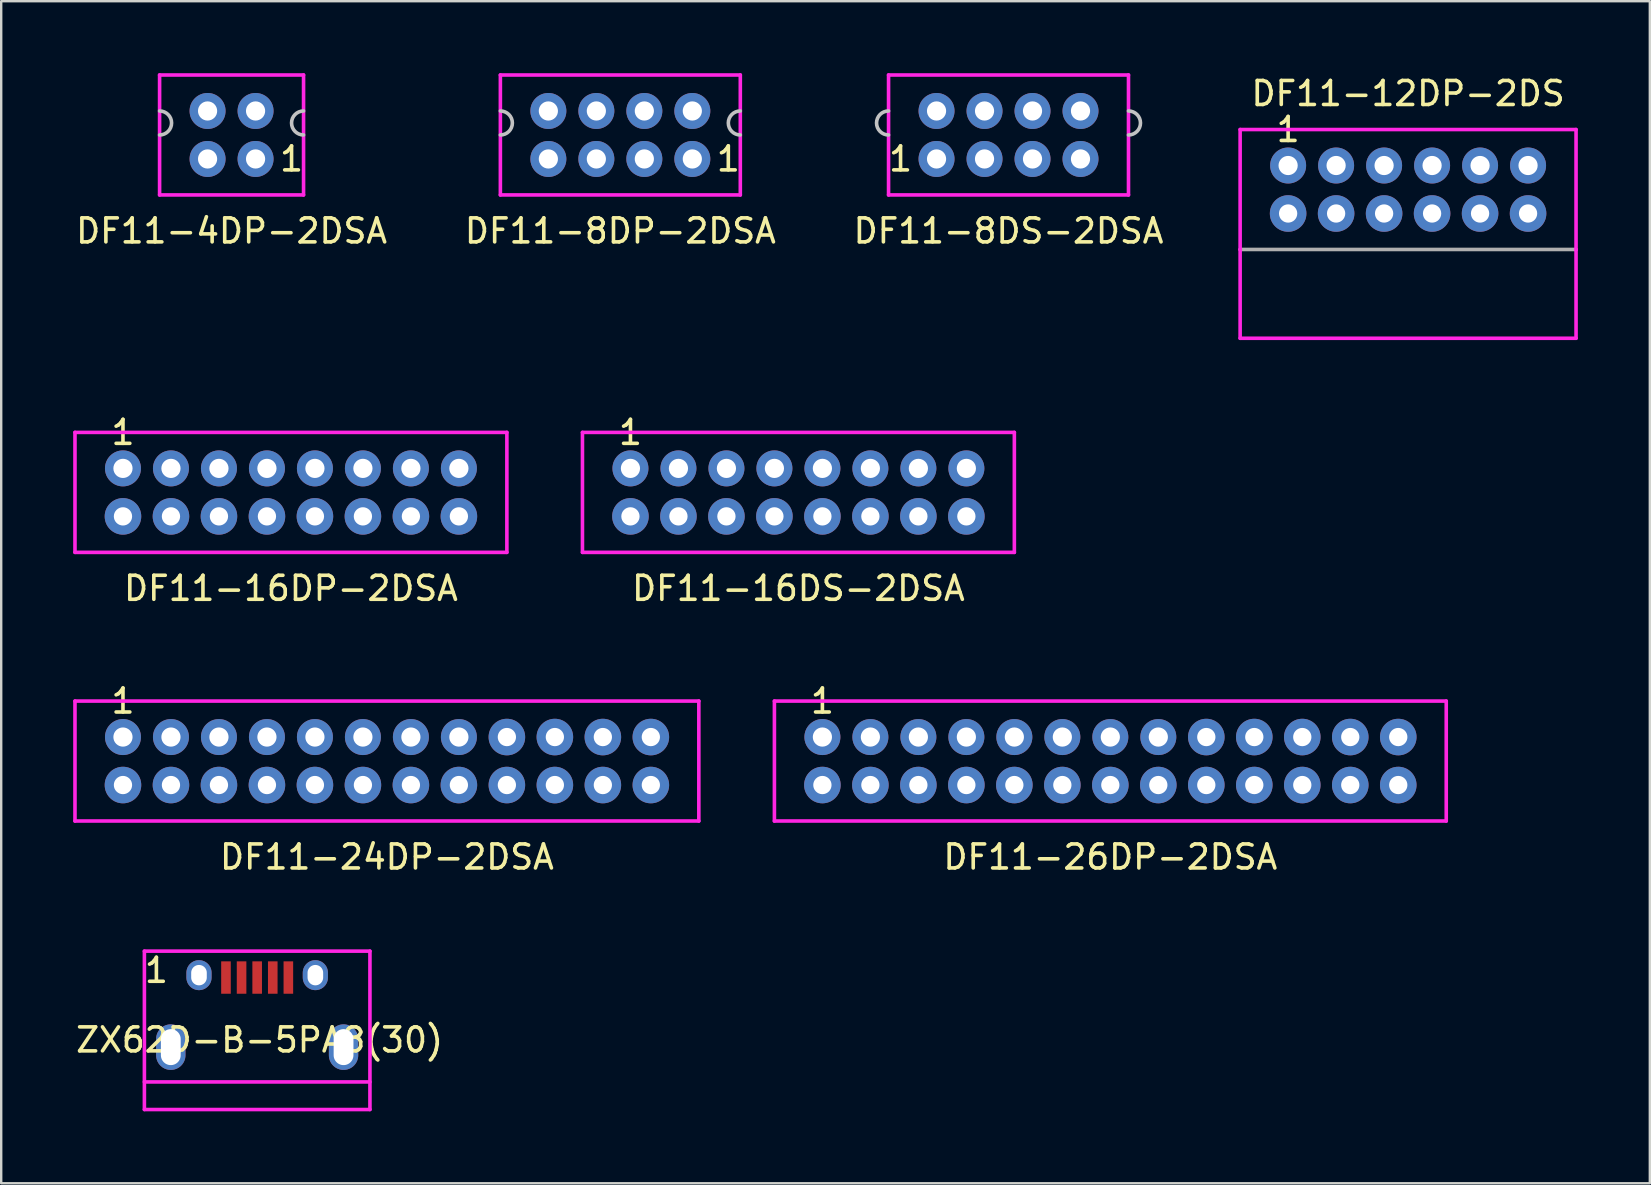
<source format=kicad_pcb>
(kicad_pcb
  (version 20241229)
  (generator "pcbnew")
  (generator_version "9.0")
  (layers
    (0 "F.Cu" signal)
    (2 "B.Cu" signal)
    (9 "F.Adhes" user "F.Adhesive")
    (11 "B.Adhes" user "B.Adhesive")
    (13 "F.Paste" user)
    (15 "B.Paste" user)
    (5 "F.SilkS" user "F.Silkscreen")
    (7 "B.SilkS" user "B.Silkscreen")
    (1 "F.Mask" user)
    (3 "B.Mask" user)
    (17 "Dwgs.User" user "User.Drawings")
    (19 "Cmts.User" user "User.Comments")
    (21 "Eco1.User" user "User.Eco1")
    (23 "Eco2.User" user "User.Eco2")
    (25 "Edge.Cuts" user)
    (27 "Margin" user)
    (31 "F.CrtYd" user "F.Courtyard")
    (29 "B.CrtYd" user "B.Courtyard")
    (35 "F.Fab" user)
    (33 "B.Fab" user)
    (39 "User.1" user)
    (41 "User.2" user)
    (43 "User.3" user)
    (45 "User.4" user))
  (footprint "ZX62D-B-5PA8(30)"
    (layer "F.Cu")
    (at 7.668 40.591)
    (property "Reference" "ZX62D-B-5PA8(30)" (at 0.1 -0.3 0) (layer "F.SilkS") (effects (font (size 1 1) (thickness 0.15))))
    (attr through_hole)
    (fp_line (start -4.7 -4) (end -4.7 2.6) (stroke (width 0.15) (type solid)) (layer "F.CrtYd"))
    (fp_line (start -4.7 1.45) (end 4.7 1.45) (stroke (width 0.15) (type solid)) (layer "F.CrtYd"))
    (fp_line (start -4.7 2.6) (end 4.7 2.6) (stroke (width 0.15) (type solid)) (layer "F.CrtYd"))
    (fp_line (start 4.7 -4) (end -4.7 -4) (stroke (width 0.15) (type solid)) (layer "F.CrtYd"))
    (fp_line (start 4.7 2.6) (end 4.7 -4) (stroke (width 0.15) (type solid)) (layer "F.CrtYd"))
    (fp_text user "1" (at -4.2 -3.2 0) (layer "F.SilkS") (effects (font (size 1 1) (thickness 0.15))))
    (pad "1" smd rect (at -1.3 -2.9) (size 0.4 1.35) (layers "F.Cu" "F.Mask" "F.Paste"))
    (pad "2" smd rect (at -0.65 -2.9) (size 0.4 1.35) (layers "F.Cu" "F.Mask" "F.Paste"))
    (pad "3" smd rect (at 0 -2.9) (size 0.4 1.35) (layers "F.Cu" "F.Mask" "F.Paste"))
    (pad "4" smd rect (at 0.65 -2.9) (size 0.4 1.35) (layers "F.Cu" "F.Mask" "F.Paste"))
    (pad "5" smd rect (at 1.3 -2.9) (size 0.4 1.35) (layers "F.Cu" "F.Mask" "F.Paste"))
    (pad "GND" thru_hole oval (at -3.6 0) (size 1.224 1.9) (drill oval 0.825 1.5) (layers "*.Cu" "*.Mask"))
    (pad "GND" thru_hole oval (at -2.425 -3) (size 1.05 1.25) (drill oval 0.65 0.85) (layers "*.Cu" "*.Mask"))
    (pad "GND" thru_hole oval (at 2.425 -3) (size 1.05 1.25) (drill oval 0.65 0.85) (layers "*.Cu" "*.Mask"))
    (pad "GND" thru_hole oval (at 3.6 0) (size 1.224 1.9) (drill oval 0.825 1.5) (layers "*.Cu" "*.Mask")))
  (footprint "DF11-4DP-2DSA"
    (layer "F.Cu")
    (at 6.601 2.575)
    (property "Reference" "DF11-4DP-2DSA" (at 0 4 0) (layer "F.SilkS") (effects (font (size 1 1) (thickness 0.15))))
    (attr through_hole)
    (fp_arc (start -3 -1) (mid -2.5 -0.5) (end -3 0) (stroke (width 0.15) (type solid)) (layer "Dwgs.User"))
    (fp_arc (start 3 0) (mid 2.5 -0.5) (end 3 -1) (stroke (width 0.15) (type solid)) (layer "Dwgs.User"))
    (fp_line (start -3 -2.5) (end -3 2.5) (stroke (width 0.15) (type solid)) (layer "F.CrtYd"))
    (fp_line (start -3 -2.5) (end 3 -2.5) (stroke (width 0.15) (type solid)) (layer "F.CrtYd"))
    (fp_line (start 3 -2.5) (end 3 2.5) (stroke (width 0.15) (type solid)) (layer "F.CrtYd"))
    (fp_line (start 3 2.5) (end -3 2.5) (stroke (width 0.15) (type solid)) (layer "F.CrtYd"))
    (fp_text user "1" (at 2.5 1 0) (layer "F.SilkS") (effects (font (size 1 1) (thickness 0.15))))
    (pad "1" thru_hole circle (at 1 1) (size 1.5 1.5) (drill 0.8) (layers "*.Cu" "*.Mask"))
    (pad "2" thru_hole circle (at 1 -1) (size 1.5 1.5) (drill 0.8) (layers "*.Cu" "*.Mask"))
    (pad "3" thru_hole circle (at -1 1) (size 1.5 1.5) (drill 0.8) (layers "*.Cu" "*.Mask"))
    (pad "4" thru_hole circle (at -1 -1) (size 1.5 1.5) (drill 0.8) (layers "*.Cu" "*.Mask")))
  (footprint "DF11-26DP-2DSA"
    (layer "F.Cu")
    (at 43.225 28.668)
    (property "Reference" "DF11-26DP-2DSA" (at 0 4 0) (layer "F.SilkS") (effects (font (size 1 1) (thickness 0.15))))
    (attr through_hole)
    (fp_line (start -14 -2.5) (end -14 2.5) (stroke (width 0.15) (type solid)) (layer "F.CrtYd"))
    (fp_line (start -14 -2.5) (end 14 -2.5) (stroke (width 0.15) (type solid)) (layer "F.CrtYd"))
    (fp_line (start 14 -2.5) (end 14 2.5) (stroke (width 0.15) (type solid)) (layer "F.CrtYd"))
    (fp_line (start 14 2.5) (end -14 2.5) (stroke (width 0.15) (type solid)) (layer "F.CrtYd"))
    (fp_text user "1" (at -12 -2.5 0) (layer "F.SilkS") (effects (font (size 1 1) (thickness 0.15))))
    (pad "1" thru_hole circle (at -12 -1) (size 1.5 1.5) (drill 0.8) (layers "*.Cu" "*.Mask"))
    (pad "2" thru_hole circle (at -12 1) (size 1.524 1.524) (drill 0.762) (layers "*.Cu" "*.Mask"))
    (pad "3" thru_hole circle (at -10 -1) (size 1.5 1.5) (drill 0.8) (layers "*.Cu" "*.Mask"))
    (pad "4" thru_hole circle (at -10 1) (size 1.524 1.524) (drill 0.762) (layers "*.Cu" "*.Mask"))
    (pad "5" thru_hole circle (at -8 -1) (size 1.5 1.5) (drill 0.8) (layers "*.Cu" "*.Mask"))
    (pad "6" thru_hole circle (at -8 1) (size 1.524 1.524) (drill 0.762) (layers "*.Cu" "*.Mask"))
    (pad "7" thru_hole circle (at -6 -1) (size 1.5 1.5) (drill 0.8) (layers "*.Cu" "*.Mask"))
    (pad "8" thru_hole circle (at -6 1) (size 1.524 1.524) (drill 0.762) (layers "*.Cu" "*.Mask"))
    (pad "9" thru_hole circle (at -4 -1) (size 1.5 1.5) (drill 0.8) (layers "*.Cu" "*.Mask"))
    (pad "10" thru_hole circle (at -4 1) (size 1.524 1.524) (drill 0.762) (layers "*.Cu" "*.Mask"))
    (pad "11" thru_hole circle (at -2 -1) (size 1.5 1.5) (drill 0.8) (layers "*.Cu" "*.Mask"))
    (pad "12" thru_hole circle (at -2 1) (size 1.524 1.524) (drill 0.762) (layers "*.Cu" "*.Mask"))
    (pad "13" thru_hole circle (at 0 -1) (size 1.5 1.5) (drill 0.8) (layers "*.Cu" "*.Mask"))
    (pad "14" thru_hole circle (at 0 1) (size 1.524 1.524) (drill 0.762) (layers "*.Cu" "*.Mask"))
    (pad "15" thru_hole circle (at 2 -1) (size 1.5 1.5) (drill 0.8) (layers "*.Cu" "*.Mask"))
    (pad "16" thru_hole circle (at 2 1) (size 1.524 1.524) (drill 0.762) (layers "*.Cu" "*.Mask"))
    (pad "17" thru_hole circle (at 4 -1) (size 1.524 1.524) (drill 0.762) (layers "*.Cu" "*.Mask"))
    (pad "18" thru_hole circle (at 4 1) (size 1.524 1.524) (drill 0.762) (layers "*.Cu" "*.Mask"))
    (pad "19" thru_hole circle (at 6 -1) (size 1.524 1.524) (drill 0.762) (layers "*.Cu" "*.Mask"))
    (pad "20" thru_hole circle (at 6 1) (size 1.524 1.524) (drill 0.762) (layers "*.Cu" "*.Mask"))
    (pad "21" thru_hole circle (at 8 -1) (size 1.524 1.524) (drill 0.762) (layers "*.Cu" "*.Mask"))
    (pad "22" thru_hole circle (at 8 1) (size 1.524 1.524) (drill 0.762) (layers "*.Cu" "*.Mask"))
    (pad "23" thru_hole circle (at 10 -1) (size 1.524 1.524) (drill 0.762) (layers "*.Cu" "*.Mask"))
    (pad "24" thru_hole circle (at 10 1) (size 1.524 1.524) (drill 0.762) (layers "*.Cu" "*.Mask"))
    (pad "25" thru_hole circle (at 12 -1) (size 1.524 1.524) (drill 0.762) (layers "*.Cu" "*.Mask"))
    (pad "26" thru_hole circle (at 12 1) (size 1.524 1.524) (drill 0.762) (layers "*.Cu" "*.Mask")))
  (footprint "DF11-8DS-2DSA"
    (layer "F.Cu")
    (at 38.982 2.575)
    (property "Reference" "DF11-8DS-2DSA" (at 0 4 0) (layer "F.SilkS") (effects (font (size 1 1) (thickness 0.15))))
    (attr through_hole)
    (fp_arc (start -5 0) (mid -5.5 -0.5) (end -5 -1) (stroke (width 0.15) (type solid)) (layer "Dwgs.User"))
    (fp_arc (start 5 -1) (mid 5.5 -0.5) (end 5 0) (stroke (width 0.15) (type solid)) (layer "Dwgs.User"))
    (fp_line (start -5 -2.5) (end -5 2.5) (stroke (width 0.15) (type solid)) (layer "F.CrtYd"))
    (fp_line (start -5 -2.5) (end 5 -2.5) (stroke (width 0.15) (type solid)) (layer "F.CrtYd"))
    (fp_line (start 5 -2.5) (end 5 2.5) (stroke (width 0.15) (type solid)) (layer "F.CrtYd"))
    (fp_line (start 5 2.5) (end -5 2.5) (stroke (width 0.15) (type solid)) (layer "F.CrtYd"))
    (fp_text user "1" (at -4.5 1 0) (layer "F.SilkS") (effects (font (size 1 1) (thickness 0.15))))
    (pad "1" thru_hole circle (at -3 1) (size 1.5 1.5) (drill 0.8) (layers "*.Cu" "*.Mask"))
    (pad "2" thru_hole circle (at -3 -1) (size 1.5 1.5) (drill 0.8) (layers "*.Cu" "*.Mask"))
    (pad "3" thru_hole circle (at -1 1) (size 1.5 1.5) (drill 0.8) (layers "*.Cu" "*.Mask"))
    (pad "4" thru_hole circle (at -1 -1) (size 1.5 1.5) (drill 0.8) (layers "*.Cu" "*.Mask"))
    (pad "5" thru_hole circle (at 1 1) (size 1.5 1.5) (drill 0.8) (layers "*.Cu" "*.Mask"))
    (pad "6" thru_hole circle (at 1 -1) (size 1.5 1.5) (drill 0.8) (layers "*.Cu" "*.Mask"))
    (pad "7" thru_hole circle (at 3 1) (size 1.5 1.5) (drill 0.8) (layers "*.Cu" "*.Mask"))
    (pad "8" thru_hole circle (at 3 -1) (size 1.5 1.5) (drill 0.8) (layers "*.Cu" "*.Mask")))
  (footprint "DF11-12DP-2DS"
    (layer "F.Cu")
    (at 55.635 4.848)
    (property "Reference" "DF11-12DP-2DS" (at 0 -4 0) (layer "F.SilkS") (effects (font (size 1 1) (thickness 0.15))))
    (attr through_hole)
    (fp_line (start -7 -2.5) (end -7 2.5) (stroke (width 0.15) (type solid)) (layer "F.CrtYd"))
    (fp_line (start -7 -2.5) (end 7 -2.5) (stroke (width 0.15) (type solid)) (layer "F.CrtYd"))
    (fp_line (start -7 2.5) (end -7 6.2) (stroke (width 0.15) (type solid)) (layer "F.CrtYd"))
    (fp_line (start -7 6.2) (end 7 6.2) (stroke (width 0.15) (type solid)) (layer "F.CrtYd"))
    (fp_line (start 7 -2.5) (end 7 2.5) (stroke (width 0.15) (type solid)) (layer "F.CrtYd"))
    (fp_line (start 7 2.5) (end 7 6.2) (stroke (width 0.15) (type solid)) (layer "F.CrtYd"))
    (fp_line (start 7 2.5) (end -7 2.5) (stroke (width 0.15) (type solid)) (layer "F.Fab"))
    (fp_text user "1" (at -5 -2.5 0) (layer "F.SilkS") (effects (font (size 1 1) (thickness 0.15))))
    (pad "1" thru_hole circle (at -5 -1) (size 1.5 1.5) (drill 0.8) (layers "*.Cu" "*.Mask"))
    (pad "2" thru_hole circle (at -5 1) (size 1.524 1.524) (drill 0.762) (layers "*.Cu" "*.Mask"))
    (pad "3" thru_hole circle (at -3 -1) (size 1.5 1.5) (drill 0.8) (layers "*.Cu" "*.Mask"))
    (pad "4" thru_hole circle (at -3 1) (size 1.524 1.524) (drill 0.762) (layers "*.Cu" "*.Mask"))
    (pad "5" thru_hole circle (at -1 -1) (size 1.5 1.5) (drill 0.8) (layers "*.Cu" "*.Mask"))
    (pad "6" thru_hole circle (at -1 1) (size 1.524 1.524) (drill 0.762) (layers "*.Cu" "*.Mask"))
    (pad "7" thru_hole circle (at 1 -1) (size 1.5 1.5) (drill 0.8) (layers "*.Cu" "*.Mask"))
    (pad "8" thru_hole circle (at 1 1) (size 1.524 1.524) (drill 0.762) (layers "*.Cu" "*.Mask"))
    (pad "9" thru_hole circle (at 3 -1) (size 1.5 1.5) (drill 0.8) (layers "*.Cu" "*.Mask"))
    (pad "10" thru_hole circle (at 3 1) (size 1.524 1.524) (drill 0.762) (layers "*.Cu" "*.Mask"))
    (pad "11" thru_hole circle (at 5 -1) (size 1.5 1.5) (drill 0.8) (layers "*.Cu" "*.Mask"))
    (pad "12" thru_hole circle (at 5 1) (size 1.524 1.524) (drill 0.762) (layers "*.Cu" "*.Mask")))
  (footprint "DF11-16DS-2DSA"
    (layer "F.Cu")
    (at 30.225 17.471)
    (property "Reference" "DF11-16DS-2DSA" (at 0 4 0) (layer "F.SilkS") (effects (font (size 1 1) (thickness 0.15))))
    (attr through_hole)
    (fp_line (start -9 -2.5) (end -9 2.5) (stroke (width 0.15) (type solid)) (layer "F.CrtYd"))
    (fp_line (start -9 -2.5) (end 9 -2.5) (stroke (width 0.15) (type solid)) (layer "F.CrtYd"))
    (fp_line (start 9 -2.5) (end 9 2.5) (stroke (width 0.15) (type solid)) (layer "F.CrtYd"))
    (fp_line (start 9 2.5) (end -9 2.5) (stroke (width 0.15) (type solid)) (layer "F.CrtYd"))
    (fp_text user "1" (at -7 -2.5 0) (layer "F.SilkS") (effects (font (size 1 1) (thickness 0.15))))
    (pad "1" thru_hole circle (at -7 -1) (size 1.5 1.5) (drill 0.8) (layers "*.Cu" "*.Mask"))
    (pad "2" thru_hole circle (at -7 1) (size 1.524 1.524) (drill 0.762) (layers "*.Cu" "*.Mask"))
    (pad "3" thru_hole circle (at -5 -1) (size 1.5 1.5) (drill 0.8) (layers "*.Cu" "*.Mask"))
    (pad "4" thru_hole circle (at -5 1) (size 1.524 1.524) (drill 0.762) (layers "*.Cu" "*.Mask"))
    (pad "5" thru_hole circle (at -3 -1) (size 1.5 1.5) (drill 0.8) (layers "*.Cu" "*.Mask"))
    (pad "6" thru_hole circle (at -3 1) (size 1.524 1.524) (drill 0.762) (layers "*.Cu" "*.Mask"))
    (pad "7" thru_hole circle (at -1 -1) (size 1.5 1.5) (drill 0.8) (layers "*.Cu" "*.Mask"))
    (pad "8" thru_hole circle (at -1 1) (size 1.524 1.524) (drill 0.762) (layers "*.Cu" "*.Mask"))
    (pad "9" thru_hole circle (at 1 -1) (size 1.5 1.5) (drill 0.8) (layers "*.Cu" "*.Mask"))
    (pad "10" thru_hole circle (at 1 1) (size 1.524 1.524) (drill 0.762) (layers "*.Cu" "*.Mask"))
    (pad "11" thru_hole circle (at 3 -1) (size 1.5 1.5) (drill 0.8) (layers "*.Cu" "*.Mask"))
    (pad "12" thru_hole circle (at 3 1) (size 1.524 1.524) (drill 0.762) (layers "*.Cu" "*.Mask"))
    (pad "13" thru_hole circle (at 5 -1) (size 1.5 1.5) (drill 0.8) (layers "*.Cu" "*.Mask"))
    (pad "14" thru_hole circle (at 5 1) (size 1.524 1.524) (drill 0.762) (layers "*.Cu" "*.Mask"))
    (pad "15" thru_hole circle (at 7 -1) (size 1.5 1.5) (drill 0.8) (layers "*.Cu" "*.Mask"))
    (pad "16" thru_hole circle (at 7 1) (size 1.524 1.524) (drill 0.762) (layers "*.Cu" "*.Mask")))
  (footprint "DF11-24DP-2DSA"
    (layer "F.Cu")
    (at 13.075 28.668)
    (property "Reference" "DF11-24DP-2DSA" (at 0 4 0) (layer "F.SilkS") (effects (font (size 1 1) (thickness 0.15))))
    (attr through_hole)
    (fp_line (start -13 -2.5) (end -13 2.5) (stroke (width 0.15) (type solid)) (layer "F.CrtYd"))
    (fp_line (start -13 -2.5) (end 13 -2.5) (stroke (width 0.15) (type solid)) (layer "F.CrtYd"))
    (fp_line (start 13 -2.5) (end 13 2.5) (stroke (width 0.15) (type solid)) (layer "F.CrtYd"))
    (fp_line (start 13 2.5) (end -13 2.5) (stroke (width 0.15) (type solid)) (layer "F.CrtYd"))
    (fp_text user "1" (at -11 -2.5 0) (layer "F.SilkS") (effects (font (size 1 1) (thickness 0.15))))
    (pad "1" thru_hole circle (at -11 -1) (size 1.5 1.5) (drill 0.8) (layers "*.Cu" "*.Mask"))
    (pad "2" thru_hole circle (at -11 1) (size 1.524 1.524) (drill 0.762) (layers "*.Cu" "*.Mask"))
    (pad "3" thru_hole circle (at -9 -1) (size 1.5 1.5) (drill 0.8) (layers "*.Cu" "*.Mask"))
    (pad "4" thru_hole circle (at -9 1) (size 1.524 1.524) (drill 0.762) (layers "*.Cu" "*.Mask"))
    (pad "5" thru_hole circle (at -7 -1) (size 1.5 1.5) (drill 0.8) (layers "*.Cu" "*.Mask"))
    (pad "6" thru_hole circle (at -7 1) (size 1.524 1.524) (drill 0.762) (layers "*.Cu" "*.Mask"))
    (pad "7" thru_hole circle (at -5 -1) (size 1.5 1.5) (drill 0.8) (layers "*.Cu" "*.Mask"))
    (pad "8" thru_hole circle (at -5 1) (size 1.524 1.524) (drill 0.762) (layers "*.Cu" "*.Mask"))
    (pad "9" thru_hole circle (at -3 -1) (size 1.5 1.5) (drill 0.8) (layers "*.Cu" "*.Mask"))
    (pad "10" thru_hole circle (at -3 1) (size 1.524 1.524) (drill 0.762) (layers "*.Cu" "*.Mask"))
    (pad "11" thru_hole circle (at -1 -1) (size 1.5 1.5) (drill 0.8) (layers "*.Cu" "*.Mask"))
    (pad "12" thru_hole circle (at -1 1) (size 1.524 1.524) (drill 0.762) (layers "*.Cu" "*.Mask"))
    (pad "13" thru_hole circle (at 1 -1) (size 1.5 1.5) (drill 0.8) (layers "*.Cu" "*.Mask"))
    (pad "14" thru_hole circle (at 1 1) (size 1.524 1.524) (drill 0.762) (layers "*.Cu" "*.Mask"))
    (pad "15" thru_hole circle (at 3 -1) (size 1.5 1.5) (drill 0.8) (layers "*.Cu" "*.Mask"))
    (pad "16" thru_hole circle (at 3 1) (size 1.524 1.524) (drill 0.762) (layers "*.Cu" "*.Mask"))
    (pad "17" thru_hole circle (at 5 -1) (size 1.524 1.524) (drill 0.762) (layers "*.Cu" "*.Mask"))
    (pad "18" thru_hole circle (at 5 1) (size 1.524 1.524) (drill 0.762) (layers "*.Cu" "*.Mask"))
    (pad "19" thru_hole circle (at 7 -1) (size 1.524 1.524) (drill 0.762) (layers "*.Cu" "*.Mask"))
    (pad "20" thru_hole circle (at 7 1) (size 1.524 1.524) (drill 0.762) (layers "*.Cu" "*.Mask"))
    (pad "21" thru_hole circle (at 9 -1) (size 1.524 1.524) (drill 0.762) (layers "*.Cu" "*.Mask"))
    (pad "22" thru_hole circle (at 9 1) (size 1.524 1.524) (drill 0.762) (layers "*.Cu" "*.Mask"))
    (pad "23" thru_hole circle (at 11 -1) (size 1.524 1.524) (drill 0.762) (layers "*.Cu" "*.Mask"))
    (pad "24" thru_hole circle (at 11 1) (size 1.524 1.524) (drill 0.762) (layers "*.Cu" "*.Mask")))
  (footprint "DF11-8DP-2DSA"
    (layer "F.Cu")
    (at 22.804 2.575)
    (property "Reference" "DF11-8DP-2DSA" (at 0 4 0) (layer "F.SilkS") (effects (font (size 1 1) (thickness 0.15))))
    (attr through_hole)
    (fp_arc (start -5 -1) (mid -4.5 -0.5) (end -5 0) (stroke (width 0.15) (type solid)) (layer "Dwgs.User"))
    (fp_arc (start 5 0) (mid 4.5 -0.5) (end 5 -1) (stroke (width 0.15) (type solid)) (layer "Dwgs.User"))
    (fp_line (start -5 -2.5) (end -5 2.5) (stroke (width 0.15) (type solid)) (layer "F.CrtYd"))
    (fp_line (start -5 -2.5) (end 5 -2.5) (stroke (width 0.15) (type solid)) (layer "F.CrtYd"))
    (fp_line (start 5 -2.5) (end 5 2.5) (stroke (width 0.15) (type solid)) (layer "F.CrtYd"))
    (fp_line (start 5 2.5) (end -5 2.5) (stroke (width 0.15) (type solid)) (layer "F.CrtYd"))
    (fp_text user "1" (at 4.5 1 0) (layer "F.SilkS") (effects (font (size 1 1) (thickness 0.15))))
    (pad "1" thru_hole circle (at 3 1) (size 1.5 1.5) (drill 0.8) (layers "*.Cu" "*.Mask"))
    (pad "2" thru_hole circle (at 3 -1) (size 1.5 1.5) (drill 0.8) (layers "*.Cu" "*.Mask"))
    (pad "3" thru_hole circle (at 1 1) (size 1.5 1.5) (drill 0.8) (layers "*.Cu" "*.Mask"))
    (pad "4" thru_hole circle (at 1 -1) (size 1.5 1.5) (drill 0.8) (layers "*.Cu" "*.Mask"))
    (pad "5" thru_hole circle (at -1 1) (size 1.5 1.5) (drill 0.8) (layers "*.Cu" "*.Mask"))
    (pad "6" thru_hole circle (at -1 -1) (size 1.5 1.5) (drill 0.8) (layers "*.Cu" "*.Mask"))
    (pad "7" thru_hole circle (at -3 1) (size 1.5 1.5) (drill 0.8) (layers "*.Cu" "*.Mask"))
    (pad "8" thru_hole circle (at -3 -1) (size 1.5 1.5) (drill 0.8) (layers "*.Cu" "*.Mask")))
  (footprint "DF11-16DP-2DSA"
    (layer "F.Cu")
    (at 9.075 17.471)
    (property "Reference" "DF11-16DP-2DSA" (at 0 4 0) (layer "F.SilkS") (effects (font (size 1 1) (thickness 0.15))))
    (attr through_hole)
    (fp_line (start -9 -2.5) (end -9 2.5) (stroke (width 0.15) (type solid)) (layer "F.CrtYd"))
    (fp_line (start -9 -2.5) (end 9 -2.5) (stroke (width 0.15) (type solid)) (layer "F.CrtYd"))
    (fp_line (start 9 -2.5) (end 9 2.5) (stroke (width 0.15) (type solid)) (layer "F.CrtYd"))
    (fp_line (start 9 2.5) (end -9 2.5) (stroke (width 0.15) (type solid)) (layer "F.CrtYd"))
    (fp_text user "1" (at -7 -2.5 0) (layer "F.SilkS") (effects (font (size 1 1) (thickness 0.15))))
    (pad "1" thru_hole circle (at -7 -1) (size 1.5 1.5) (drill 0.8) (layers "*.Cu" "*.Mask"))
    (pad "2" thru_hole circle (at -7 1) (size 1.524 1.524) (drill 0.762) (layers "*.Cu" "*.Mask"))
    (pad "3" thru_hole circle (at -5 -1) (size 1.5 1.5) (drill 0.8) (layers "*.Cu" "*.Mask"))
    (pad "4" thru_hole circle (at -5 1) (size 1.524 1.524) (drill 0.762) (layers "*.Cu" "*.Mask"))
    (pad "5" thru_hole circle (at -3 -1) (size 1.5 1.5) (drill 0.8) (layers "*.Cu" "*.Mask"))
    (pad "6" thru_hole circle (at -3 1) (size 1.524 1.524) (drill 0.762) (layers "*.Cu" "*.Mask"))
    (pad "7" thru_hole circle (at -1 -1) (size 1.5 1.5) (drill 0.8) (layers "*.Cu" "*.Mask"))
    (pad "8" thru_hole circle (at -1 1) (size 1.524 1.524) (drill 0.762) (layers "*.Cu" "*.Mask"))
    (pad "9" thru_hole circle (at 1 -1) (size 1.5 1.5) (drill 0.8) (layers "*.Cu" "*.Mask"))
    (pad "10" thru_hole circle (at 1 1) (size 1.524 1.524) (drill 0.762) (layers "*.Cu" "*.Mask"))
    (pad "11" thru_hole circle (at 3 -1) (size 1.5 1.5) (drill 0.8) (layers "*.Cu" "*.Mask"))
    (pad "12" thru_hole circle (at 3 1) (size 1.524 1.524) (drill 0.762) (layers "*.Cu" "*.Mask"))
    (pad "13" thru_hole circle (at 5 -1) (size 1.5 1.5) (drill 0.8) (layers "*.Cu" "*.Mask"))
    (pad "14" thru_hole circle (at 5 1) (size 1.524 1.524) (drill 0.762) (layers "*.Cu" "*.Mask"))
    (pad "15" thru_hole circle (at 7 -1) (size 1.5 1.5) (drill 0.8) (layers "*.Cu" "*.Mask"))
    (pad "16" thru_hole circle (at 7 1) (size 1.524 1.524) (drill 0.762) (layers "*.Cu" "*.Mask")))
  (gr_rect
    (start -3 -3)
    (end 65.71 46.266)
    (stroke (width 0.1) (type default))
    (fill no)
    (layer "Edge.Cuts")))
</source>
